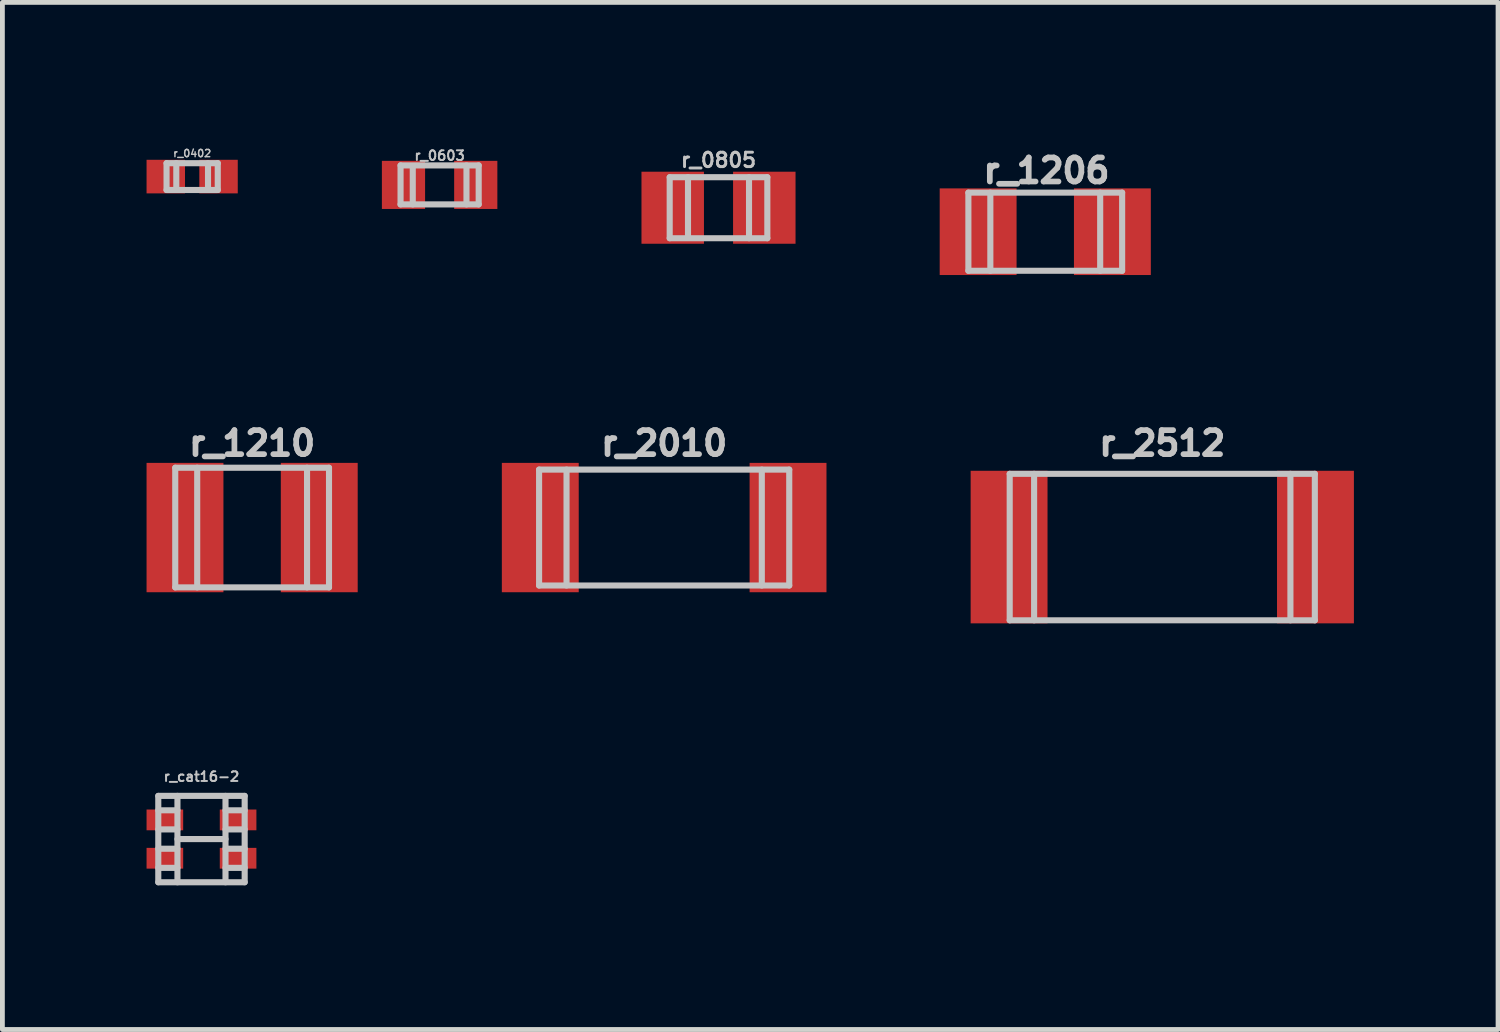
<source format=kicad_pcb>
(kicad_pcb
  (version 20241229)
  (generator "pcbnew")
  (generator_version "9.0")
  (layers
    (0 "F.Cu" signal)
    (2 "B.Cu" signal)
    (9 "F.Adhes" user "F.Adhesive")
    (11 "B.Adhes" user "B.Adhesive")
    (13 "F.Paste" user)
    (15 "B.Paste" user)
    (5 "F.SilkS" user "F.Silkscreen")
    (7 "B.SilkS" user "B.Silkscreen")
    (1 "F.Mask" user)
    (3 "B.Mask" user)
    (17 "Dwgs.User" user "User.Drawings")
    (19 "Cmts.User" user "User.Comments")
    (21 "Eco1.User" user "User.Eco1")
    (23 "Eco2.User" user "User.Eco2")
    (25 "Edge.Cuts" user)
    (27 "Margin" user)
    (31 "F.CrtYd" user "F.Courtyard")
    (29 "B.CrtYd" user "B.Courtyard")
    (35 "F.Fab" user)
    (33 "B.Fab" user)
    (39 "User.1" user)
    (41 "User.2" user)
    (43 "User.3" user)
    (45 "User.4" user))
  (footprint "r_1210"
    (layer "F.Cu")
    (at 2.197 7.929)
    (property "Reference" "r_1210" (at 0 -1.753 0) (layer "Dwgs.User") (effects (font (size 0.5 0.5) (thickness 0.119))))
    (attr through_hole)
    (fp_line (start -1.6 -1.245) (end -1.6 1.245) (stroke (width 0.127) (type solid)) (layer "Dwgs.User"))
    (fp_line (start -1.6 1.245) (end 1.6 1.245) (stroke (width 0.127) (type solid)) (layer "Dwgs.User"))
    (fp_line (start -1.143 1.245) (end -1.143 -1.245) (stroke (width 0.127) (type solid)) (layer "Dwgs.User"))
    (fp_line (start 1.143 -1.245) (end 1.143 1.245) (stroke (width 0.127) (type solid)) (layer "Dwgs.User"))
    (fp_line (start 1.6 -1.245) (end -1.6 -1.245) (stroke (width 0.127) (type solid)) (layer "Dwgs.User"))
    (fp_line (start 1.6 1.245) (end 1.6 -1.245) (stroke (width 0.127) (type solid)) (layer "Dwgs.User"))
    (pad "1" smd rect (at 1.397 0) (size 1.6 2.692) (layers "F.Cu" "F.Mask" "F.Paste"))
    (pad "2" smd rect (at -1.397 0) (size 1.6 2.692) (layers "F.Cu" "F.Mask" "F.Paste")))
  (footprint "r_1206"
    (layer "F.Cu")
    (at 18.703 1.772)
    (property "Reference" "r_1206" (at 0.025 -1.27 0) (layer "Dwgs.User") (effects (font (size 0.5 0.5) (thickness 0.119))))
    (attr through_hole)
    (fp_line (start -1.6 -0.813) (end -1.6 0.813) (stroke (width 0.127) (type solid)) (layer "Dwgs.User"))
    (fp_line (start -1.6 0.813) (end 1.6 0.813) (stroke (width 0.127) (type solid)) (layer "Dwgs.User"))
    (fp_line (start -1.143 -0.813) (end -1.143 0.813) (stroke (width 0.127) (type solid)) (layer "Dwgs.User"))
    (fp_line (start 1.143 0.813) (end 1.143 -0.813) (stroke (width 0.127) (type solid)) (layer "Dwgs.User"))
    (fp_line (start 1.6 -0.813) (end -1.6 -0.813) (stroke (width 0.127) (type solid)) (layer "Dwgs.User"))
    (fp_line (start 1.6 0.813) (end 1.6 -0.813) (stroke (width 0.127) (type solid)) (layer "Dwgs.User"))
    (pad "1" smd rect (at 1.397 0) (size 1.6 1.803) (layers "F.Cu" "F.Mask" "F.Paste"))
    (pad "2" smd rect (at -1.397 0) (size 1.6 1.803) (layers "F.Cu" "F.Mask" "F.Paste")))
  (footprint "r_2010"
    (layer "F.Cu")
    (at 10.772 7.929)
    (property "Reference" "r_2010" (at 0 -1.753 0) (layer "Dwgs.User") (effects (font (size 0.5 0.5) (thickness 0.119))))
    (attr through_hole)
    (fp_line (start -2.603 -1.206) (end -2.603 1.206) (stroke (width 0.127) (type solid)) (layer "Dwgs.User"))
    (fp_line (start -2.603 1.206) (end 2.603 1.206) (stroke (width 0.127) (type solid)) (layer "Dwgs.User"))
    (fp_line (start -2.032 -1.206) (end -2.032 1.206) (stroke (width 0.127) (type solid)) (layer "Dwgs.User"))
    (fp_line (start 2.032 1.206) (end 2.032 -1.206) (stroke (width 0.127) (type solid)) (layer "Dwgs.User"))
    (fp_line (start 2.603 -1.206) (end -2.603 -1.206) (stroke (width 0.127) (type solid)) (layer "Dwgs.User"))
    (fp_line (start 2.603 1.206) (end 2.603 -1.206) (stroke (width 0.127) (type solid)) (layer "Dwgs.User"))
    (pad "1" smd rect (at 2.578 0) (size 1.6 2.692) (layers "F.Cu" "F.Mask" "F.Paste"))
    (pad "2" smd rect (at -2.578 0) (size 1.6 2.692) (layers "F.Cu" "F.Mask" "F.Paste")))
  (footprint "r_0603"
    (layer "F.Cu")
    (at 6.099 0.798)
    (property "Reference" "r_0603" (at 0 -0.61 0) (layer "Dwgs.User") (effects (font (size 0.201 0.201) (thickness 0.041))))
    (attr through_hole)
    (fp_line (start -0.813 -0.406) (end 0.813 -0.406) (stroke (width 0.127) (type solid)) (layer "Dwgs.User"))
    (fp_line (start -0.813 0.406) (end -0.813 -0.406) (stroke (width 0.127) (type solid)) (layer "Dwgs.User"))
    (fp_line (start -0.559 -0.381) (end -0.559 0.406) (stroke (width 0.127) (type solid)) (layer "Dwgs.User"))
    (fp_line (start 0.559 0.406) (end 0.559 -0.406) (stroke (width 0.127) (type solid)) (layer "Dwgs.User"))
    (fp_line (start 0.813 -0.406) (end 0.813 0.406) (stroke (width 0.127) (type solid)) (layer "Dwgs.User"))
    (fp_line (start 0.813 0.406) (end -0.813 0.406) (stroke (width 0.127) (type solid)) (layer "Dwgs.User"))
    (pad "1" smd rect (at 0.752 0) (size 0.899 1.001) (layers "F.Cu" "F.Mask" "F.Paste"))
    (pad "2" smd rect (at -0.752 0) (size 0.899 1.001) (layers "F.Cu" "F.Mask" "F.Paste")))
  (footprint "r_2512"
    (layer "F.Cu")
    (at 21.138 8.335)
    (property "Reference" "r_2512" (at 0 -2.159 0) (layer "Dwgs.User") (effects (font (size 0.5 0.5) (thickness 0.119))))
    (attr through_hole)
    (fp_line (start -3.175 -1.524) (end -3.175 1.524) (stroke (width 0.127) (type solid)) (layer "Dwgs.User"))
    (fp_line (start -3.175 1.524) (end 3.175 1.524) (stroke (width 0.127) (type solid)) (layer "Dwgs.User"))
    (fp_line (start -2.667 -1.524) (end -2.667 1.524) (stroke (width 0.127) (type solid)) (layer "Dwgs.User"))
    (fp_line (start 2.667 -1.524) (end 2.667 1.524) (stroke (width 0.127) (type solid)) (layer "Dwgs.User"))
    (fp_line (start 3.175 -1.524) (end -3.175 -1.524) (stroke (width 0.127) (type solid)) (layer "Dwgs.User"))
    (fp_line (start 3.175 1.524) (end 3.175 -1.524) (stroke (width 0.127) (type solid)) (layer "Dwgs.User"))
    (pad "1" smd rect (at 3.188 0) (size 1.6 3.175) (layers "F.Cu" "F.Mask" "F.Paste"))
    (pad "2" smd rect (at -3.188 0) (size 1.6 3.175) (layers "F.Cu" "F.Mask" "F.Paste")))
  (footprint "r_0402"
    (layer "F.Cu")
    (at 0.949 0.625)
    (property "Reference" "r_0402" (at 0 -0.483 0) (layer "Dwgs.User") (effects (font (size 0.152 0.152) (thickness 0.03))))
    (attr through_hole)
    (fp_line (start -0.533 -0.279) (end -0.533 0.279) (stroke (width 0.127) (type solid)) (layer "Dwgs.User"))
    (fp_line (start -0.533 0.279) (end 0.533 0.279) (stroke (width 0.127) (type solid)) (layer "Dwgs.User"))
    (fp_line (start -0.33 -0.279) (end -0.33 0.279) (stroke (width 0.127) (type solid)) (layer "Dwgs.User"))
    (fp_line (start 0.33 -0.279) (end 0.33 0.279) (stroke (width 0.127) (type solid)) (layer "Dwgs.User"))
    (fp_line (start 0.533 -0.279) (end -0.533 -0.279) (stroke (width 0.127) (type solid)) (layer "Dwgs.User"))
    (fp_line (start 0.533 0.279) (end 0.533 -0.279) (stroke (width 0.127) (type solid)) (layer "Dwgs.User"))
    (pad "1" smd rect (at 0.549 0) (size 0.8 0.699) (layers "F.Cu" "F.Mask" "F.Paste"))
    (pad "2" smd rect (at -0.549 0) (size 0.8 0.699) (layers "F.Cu" "F.Mask" "F.Paste")))
  (footprint "r_cat16-2"
    (layer "F.Cu")
    (at 1.143 14.412)
    (property "Reference" "r_cat16-2" (at 0 -1.3 0) (layer "Dwgs.User") (effects (font (size 0.201 0.201) (thickness 0.041))))
    (attr through_hole)
    (fp_line (start -0.899 -0.899) (end -0.899 0.899) (stroke (width 0.127) (type solid)) (layer "Dwgs.User"))
    (fp_line (start -0.899 -0.201) (end -0.5 -0.201) (stroke (width 0.127) (type solid)) (layer "Dwgs.User"))
    (fp_line (start -0.899 0.599) (end -0.5 0.599) (stroke (width 0.127) (type solid)) (layer "Dwgs.User"))
    (fp_line (start -0.899 0.899) (end 0.899 0.899) (stroke (width 0.127) (type solid)) (layer "Dwgs.User"))
    (fp_line (start -0.5 -0.599) (end -0.899 -0.599) (stroke (width 0.127) (type solid)) (layer "Dwgs.User"))
    (fp_line (start -0.5 0) (end 0.5 0) (stroke (width 0.127) (type solid)) (layer "Dwgs.User"))
    (fp_line (start -0.5 0.201) (end -0.899 0.201) (stroke (width 0.127) (type solid)) (layer "Dwgs.User"))
    (fp_line (start -0.5 0.899) (end -0.5 -0.899) (stroke (width 0.127) (type solid)) (layer "Dwgs.User"))
    (fp_line (start 0.5 -0.899) (end 0.5 0.899) (stroke (width 0.127) (type solid)) (layer "Dwgs.User"))
    (fp_line (start 0.5 -0.201) (end 0.899 -0.201) (stroke (width 0.127) (type solid)) (layer "Dwgs.User"))
    (fp_line (start 0.5 0.599) (end 0.899 0.599) (stroke (width 0.127) (type solid)) (layer "Dwgs.User"))
    (fp_line (start 0.899 -0.899) (end -0.899 -0.899) (stroke (width 0.127) (type solid)) (layer "Dwgs.User"))
    (fp_line (start 0.899 -0.599) (end 0.5 -0.599) (stroke (width 0.127) (type solid)) (layer "Dwgs.User"))
    (fp_line (start 0.899 0.201) (end 0.5 0.201) (stroke (width 0.127) (type solid)) (layer "Dwgs.User"))
    (fp_line (start 0.899 0.899) (end 0.899 -0.899) (stroke (width 0.127) (type solid)) (layer "Dwgs.User"))
    (pad "1" smd rect (at 0.762 0.399) (size 0.762 0.432) (layers "F.Cu" "F.Mask" "F.Paste"))
    (pad "2" smd rect (at 0.762 -0.399) (size 0.762 0.432) (layers "F.Cu" "F.Mask" "F.Paste"))
    (pad "3" smd rect (at -0.762 -0.399) (size 0.762 0.432) (layers "F.Cu" "F.Mask" "F.Paste"))
    (pad "4" smd rect (at -0.762 0.399) (size 0.762 0.432) (layers "F.Cu" "F.Mask" "F.Paste")))
  (footprint "r_0805"
    (layer "F.Cu")
    (at 11.903 1.273)
    (property "Reference" "r_0805" (at 0 -0.991 0) (layer "Dwgs.User") (effects (font (size 0.3 0.3) (thickness 0.061))))
    (attr through_hole)
    (fp_line (start -1.016 -0.635) (end 1.016 -0.635) (stroke (width 0.127) (type solid)) (layer "Dwgs.User"))
    (fp_line (start -1.016 0.635) (end -1.016 -0.635) (stroke (width 0.127) (type solid)) (layer "Dwgs.User"))
    (fp_line (start -0.635 -0.635) (end -0.635 0.61) (stroke (width 0.127) (type solid)) (layer "Dwgs.User"))
    (fp_line (start 0.635 -0.635) (end 0.635 0.635) (stroke (width 0.127) (type solid)) (layer "Dwgs.User"))
    (fp_line (start 1.016 -0.635) (end 1.016 0.635) (stroke (width 0.127) (type solid)) (layer "Dwgs.User"))
    (fp_line (start 1.016 0.635) (end -1.016 0.635) (stroke (width 0.127) (type solid)) (layer "Dwgs.User"))
    (pad "1" smd rect (at 0.953 0) (size 1.3 1.499) (layers "F.Cu" "F.Mask" "F.Paste"))
    (pad "2" smd rect (at -0.953 0) (size 1.3 1.499) (layers "F.Cu" "F.Mask" "F.Paste")))
  (gr_rect
    (start -3 -3)
    (end 28.126 18.375)
    (stroke (width 0.1) (type default))
    (fill no)
    (layer "Edge.Cuts")))
</source>
